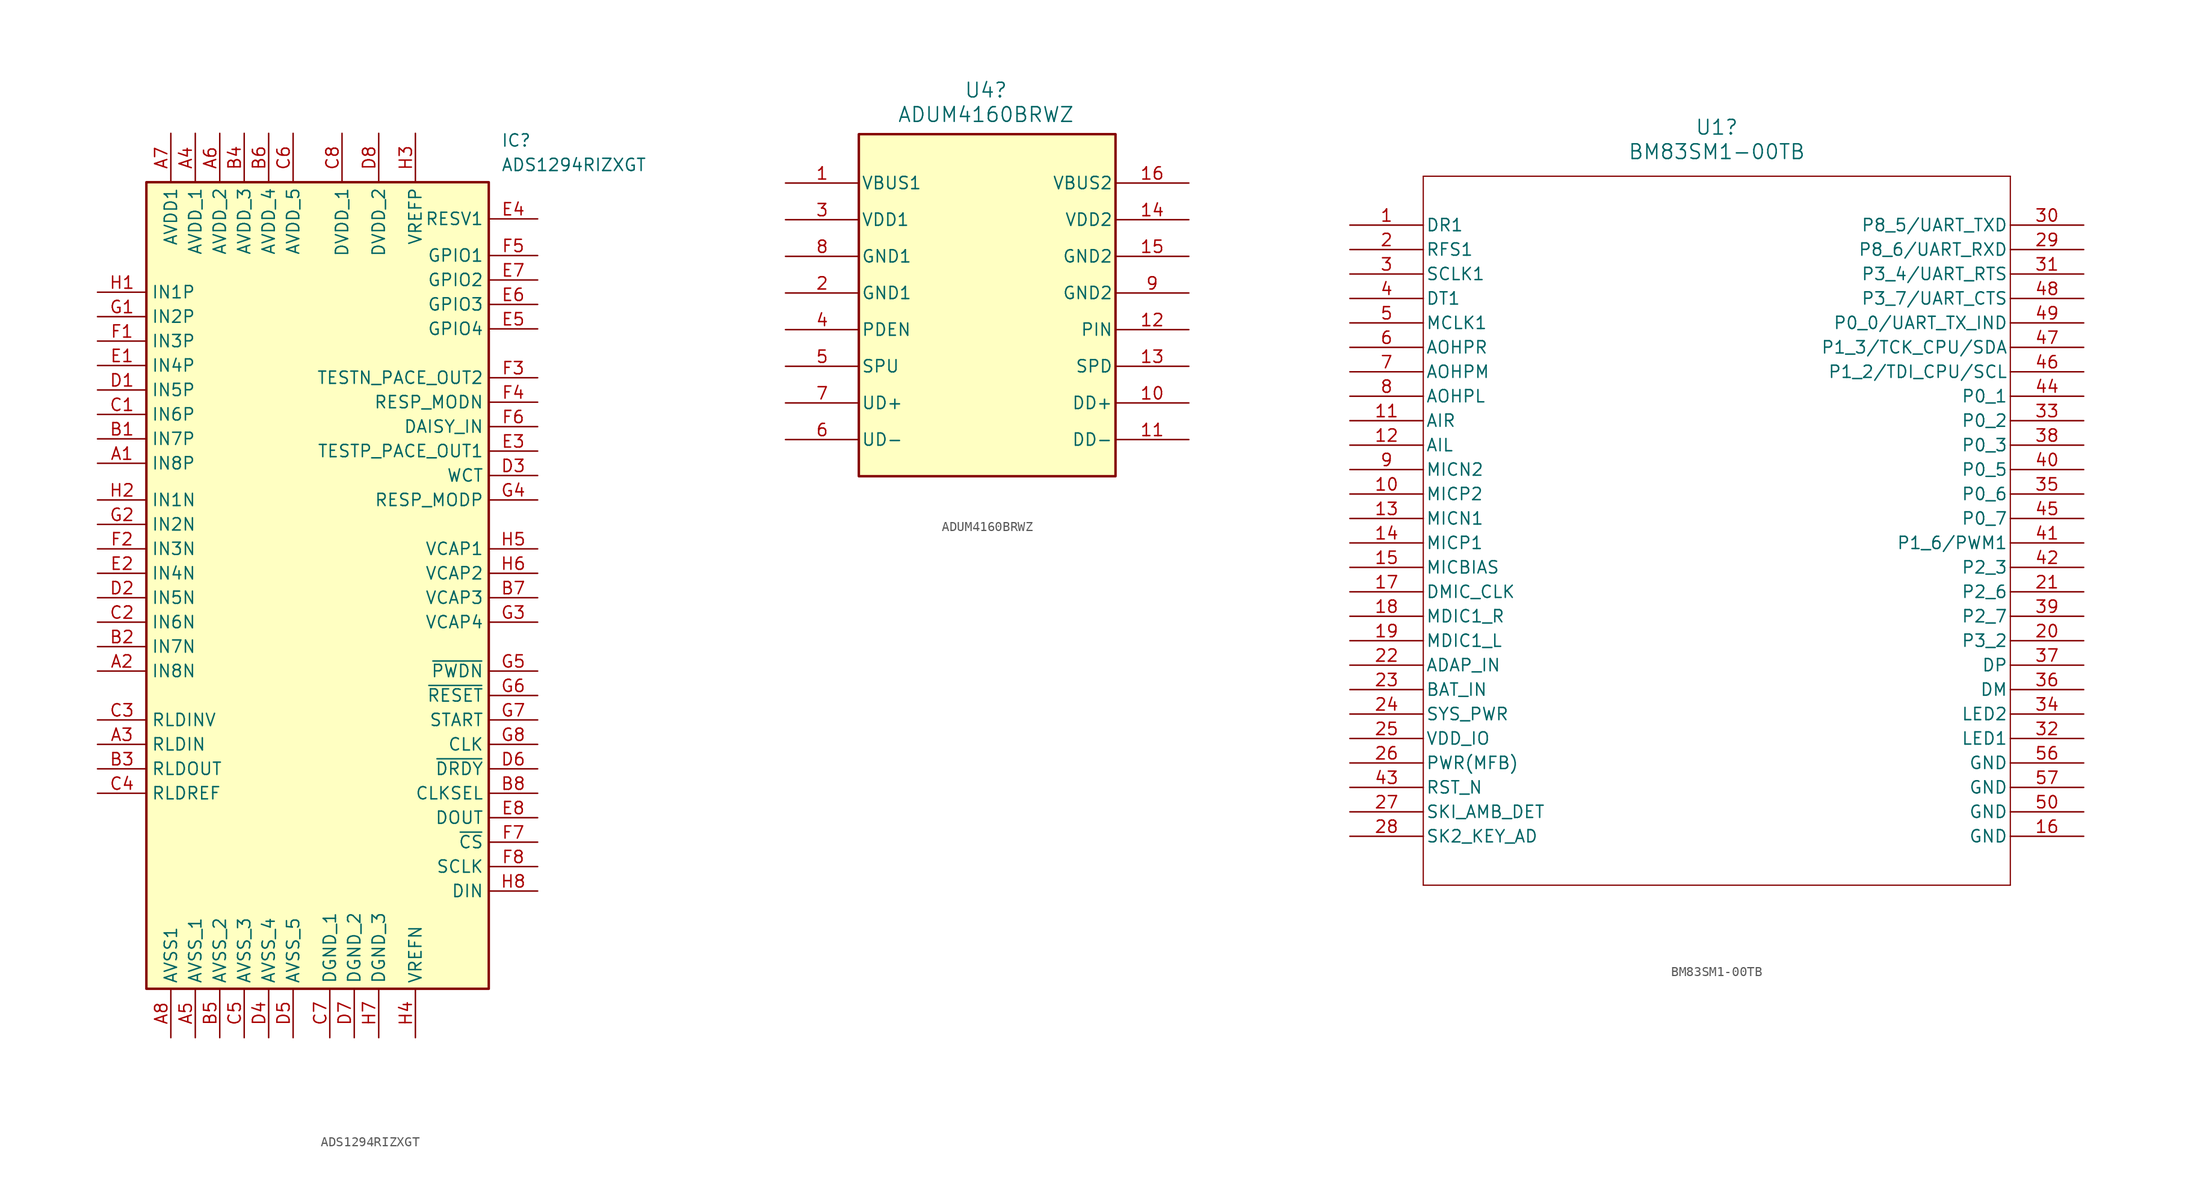
<source format=kicad_sym>
(kicad_symbol_lib
  (version 20231120)
  (generator "kicad_symbol_editor")
  (generator_version "8.0")
  (symbol "ADS1294RIZXGT"
    (property "Reference" "IC"
      (at 41.91 7.62 0)
      (effects (font (size 1.27 1.27)) (justify left top)))
    (property "Value" "ADS1294RIZXGT"
      (at 41.91 5.08 0)
      (effects (font (size 1.27 1.27)) (justify left top)))
    (symbol "ADS1294RIZXGT_1_1"
      (rectangle (start 5.08 2.54) (end 40.64 -81.28) (stroke (width 0.254) (type default)) (fill (type background)))
      (pin passive line (at 0 -26.67 0) (length 5.08) (name "IN8P" (effects (font (size 1.27 1.27)))) (number "A1" (effects (font (size 1.27 1.27)))))
      (pin passive line (at 0 -48.26 0) (length 5.08) (name "IN8N" (effects (font (size 1.27 1.27)))) (number "A2" (effects (font (size 1.27 1.27)))))
      (pin passive line (at 0 -55.88 0) (length 5.08) (name "RLDIN" (effects (font (size 1.27 1.27)))) (number "A3" (effects (font (size 1.27 1.27)))))
      (pin passive line (at 10.16 7.62 270) (length 5.08) (name "AVDD_1" (effects (font (size 1.27 1.27)))) (number "A4" (effects (font (size 1.27 1.27)))))
      (pin passive line (at 10.16 -86.36 90) (length 5.08) (name "AVSS_1" (effects (font (size 1.27 1.27)))) (number "A5" (effects (font (size 1.27 1.27)))))
      (pin passive line (at 12.7 7.62 270) (length 5.08) (name "AVDD_2" (effects (font (size 1.27 1.27)))) (number "A6" (effects (font (size 1.27 1.27)))))
      (pin passive line (at 7.62 7.62 270) (length 5.08) (name "AVDD1" (effects (font (size 1.27 1.27)))) (number "A7" (effects (font (size 1.27 1.27)))))
      (pin passive line (at 7.62 -86.36 90) (length 5.08) (name "AVSS1" (effects (font (size 1.27 1.27)))) (number "A8" (effects (font (size 1.27 1.27)))))
      (pin passive line (at 0 -24.13 0) (length 5.08) (name "IN7P" (effects (font (size 1.27 1.27)))) (number "B1" (effects (font (size 1.27 1.27)))))
      (pin passive line (at 0 -45.72 0) (length 5.08) (name "IN7N" (effects (font (size 1.27 1.27)))) (number "B2" (effects (font (size 1.27 1.27)))))
      (pin passive line (at 0 -58.42 0) (length 5.08) (name "RLDOUT" (effects (font (size 1.27 1.27)))) (number "B3" (effects (font (size 1.27 1.27)))))
      (pin passive line (at 15.24 7.62 270) (length 5.08) (name "AVDD_3" (effects (font (size 1.27 1.27)))) (number "B4" (effects (font (size 1.27 1.27)))))
      (pin passive line (at 12.7 -86.36 90) (length 5.08) (name "AVSS_2" (effects (font (size 1.27 1.27)))) (number "B5" (effects (font (size 1.27 1.27)))))
      (pin passive line (at 17.78 7.62 270) (length 5.08) (name "AVDD_4" (effects (font (size 1.27 1.27)))) (number "B6" (effects (font (size 1.27 1.27)))))
      (pin passive line (at 45.72 -40.64 180) (length 5.08) (name "VCAP3" (effects (font (size 1.27 1.27)))) (number "B7" (effects (font (size 1.27 1.27)))))
      (pin passive line (at 45.72 -60.96 180) (length 5.08) (name "CLKSEL" (effects (font (size 1.27 1.27)))) (number "B8" (effects (font (size 1.27 1.27)))))
      (pin passive line (at 0 -21.59 0) (length 5.08) (name "IN6P" (effects (font (size 1.27 1.27)))) (number "C1" (effects (font (size 1.27 1.27)))))
      (pin passive line (at 0 -43.18 0) (length 5.08) (name "IN6N" (effects (font (size 1.27 1.27)))) (number "C2" (effects (font (size 1.27 1.27)))))
      (pin passive line (at 0 -53.34 0) (length 5.08) (name "RLDINV" (effects (font (size 1.27 1.27)))) (number "C3" (effects (font (size 1.27 1.27)))))
      (pin passive line (at 0 -60.96 0) (length 5.08) (name "RLDREF" (effects (font (size 1.27 1.27)))) (number "C4" (effects (font (size 1.27 1.27)))))
      (pin passive line (at 15.24 -86.36 90) (length 5.08) (name "AVSS_3" (effects (font (size 1.27 1.27)))) (number "C5" (effects (font (size 1.27 1.27)))))
      (pin passive line (at 20.32 7.62 270) (length 5.08) (name "AVDD_5" (effects (font (size 1.27 1.27)))) (number "C6" (effects (font (size 1.27 1.27)))))
      (pin passive line (at 24.13 -86.36 90) (length 5.08) (name "DGND_1" (effects (font (size 1.27 1.27)))) (number "C7" (effects (font (size 1.27 1.27)))))
      (pin passive line (at 25.4 7.62 270) (length 5.08) (name "DVDD_1" (effects (font (size 1.27 1.27)))) (number "C8" (effects (font (size 1.27 1.27)))))
      (pin passive line (at 0 -19.05 0) (length 5.08) (name "IN5P" (effects (font (size 1.27 1.27)))) (number "D1" (effects (font (size 1.27 1.27)))))
      (pin passive line (at 0 -40.64 0) (length 5.08) (name "IN5N" (effects (font (size 1.27 1.27)))) (number "D2" (effects (font (size 1.27 1.27)))))
      (pin passive line (at 45.72 -27.94 180) (length 5.08) (name "WCT" (effects (font (size 1.27 1.27)))) (number "D3" (effects (font (size 1.27 1.27)))))
      (pin passive line (at 17.78 -86.36 90) (length 5.08) (name "AVSS_4" (effects (font (size 1.27 1.27)))) (number "D4" (effects (font (size 1.27 1.27)))))
      (pin passive line (at 20.32 -86.36 90) (length 5.08) (name "AVSS_5" (effects (font (size 1.27 1.27)))) (number "D5" (effects (font (size 1.27 1.27)))))
      (pin passive line (at 45.72 -58.42 180) (length 5.08) (name "~{DRDY}" (effects (font (size 1.27 1.27)))) (number "D6" (effects (font (size 1.27 1.27)))))
      (pin passive line (at 26.67 -86.36 90) (length 5.08) (name "DGND_2" (effects (font (size 1.27 1.27)))) (number "D7" (effects (font (size 1.27 1.27)))))
      (pin passive line (at 29.21 7.62 270) (length 5.08) (name "DVDD_2" (effects (font (size 1.27 1.27)))) (number "D8" (effects (font (size 1.27 1.27)))))
      (pin passive line (at 0 -16.51 0) (length 5.08) (name "IN4P" (effects (font (size 1.27 1.27)))) (number "E1" (effects (font (size 1.27 1.27)))))
      (pin passive line (at 0 -38.1 0) (length 5.08) (name "IN4N" (effects (font (size 1.27 1.27)))) (number "E2" (effects (font (size 1.27 1.27)))))
      (pin passive line (at 45.72 -25.4 180) (length 5.08) (name "TESTP_PACE_OUT1" (effects (font (size 1.27 1.27)))) (number "E3" (effects (font (size 1.27 1.27)))))
      (pin passive line (at 45.72 -1.27 180) (length 5.08) (name "RESV1" (effects (font (size 1.27 1.27)))) (number "E4" (effects (font (size 1.27 1.27)))))
      (pin passive line (at 45.72 -12.7 180) (length 5.08) (name "GPIO4" (effects (font (size 1.27 1.27)))) (number "E5" (effects (font (size 1.27 1.27)))))
      (pin passive line (at 45.72 -10.16 180) (length 5.08) (name "GPIO3" (effects (font (size 1.27 1.27)))) (number "E6" (effects (font (size 1.27 1.27)))))
      (pin passive line (at 45.72 -7.62 180) (length 5.08) (name "GPIO2" (effects (font (size 1.27 1.27)))) (number "E7" (effects (font (size 1.27 1.27)))))
      (pin passive line (at 45.72 -63.5 180) (length 5.08) (name "DOUT" (effects (font (size 1.27 1.27)))) (number "E8" (effects (font (size 1.27 1.27)))))
      (pin passive line (at 0 -13.97 0) (length 5.08) (name "IN3P" (effects (font (size 1.27 1.27)))) (number "F1" (effects (font (size 1.27 1.27)))))
      (pin passive line (at 0 -35.56 0) (length 5.08) (name "IN3N" (effects (font (size 1.27 1.27)))) (number "F2" (effects (font (size 1.27 1.27)))))
      (pin passive line (at 45.72 -17.78 180) (length 5.08) (name "TESTN_PACE_OUT2" (effects (font (size 1.27 1.27)))) (number "F3" (effects (font (size 1.27 1.27)))))
      (pin passive line (at 45.72 -20.32 180) (length 5.08) (name "RESP_MODN" (effects (font (size 1.27 1.27)))) (number "F4" (effects (font (size 1.27 1.27)))))
      (pin passive line (at 45.72 -5.08 180) (length 5.08) (name "GPIO1" (effects (font (size 1.27 1.27)))) (number "F5" (effects (font (size 1.27 1.27)))))
      (pin passive line (at 45.72 -22.86 180) (length 5.08) (name "DAISY_IN" (effects (font (size 1.27 1.27)))) (number "F6" (effects (font (size 1.27 1.27)))))
      (pin passive line (at 45.72 -66.04 180) (length 5.08) (name "~{CS}" (effects (font (size 1.27 1.27)))) (number "F7" (effects (font (size 1.27 1.27)))))
      (pin passive line (at 45.72 -68.58 180) (length 5.08) (name "SCLK" (effects (font (size 1.27 1.27)))) (number "F8" (effects (font (size 1.27 1.27)))))
      (pin passive line (at 0 -11.43 0) (length 5.08) (name "IN2P" (effects (font (size 1.27 1.27)))) (number "G1" (effects (font (size 1.27 1.27)))))
      (pin passive line (at 0 -33.02 0) (length 5.08) (name "IN2N" (effects (font (size 1.27 1.27)))) (number "G2" (effects (font (size 1.27 1.27)))))
      (pin passive line (at 45.72 -43.18 180) (length 5.08) (name "VCAP4" (effects (font (size 1.27 1.27)))) (number "G3" (effects (font (size 1.27 1.27)))))
      (pin passive line (at 45.72 -30.48 180) (length 5.08) (name "RESP_MODP" (effects (font (size 1.27 1.27)))) (number "G4" (effects (font (size 1.27 1.27)))))
      (pin passive line (at 45.72 -48.26 180) (length 5.08) (name "~{PWDN}" (effects (font (size 1.27 1.27)))) (number "G5" (effects (font (size 1.27 1.27)))))
      (pin passive line (at 45.72 -50.8 180) (length 5.08) (name "~{RESET}" (effects (font (size 1.27 1.27)))) (number "G6" (effects (font (size 1.27 1.27)))))
      (pin passive line (at 45.72 -53.34 180) (length 5.08) (name "START" (effects (font (size 1.27 1.27)))) (number "G7" (effects (font (size 1.27 1.27)))))
      (pin passive line (at 45.72 -55.88 180) (length 5.08) (name "CLK" (effects (font (size 1.27 1.27)))) (number "G8" (effects (font (size 1.27 1.27)))))
      (pin passive line (at 0 -8.89 0) (length 5.08) (name "IN1P" (effects (font (size 1.27 1.27)))) (number "H1" (effects (font (size 1.27 1.27)))))
      (pin passive line (at 0 -30.48 0) (length 5.08) (name "IN1N" (effects (font (size 1.27 1.27)))) (number "H2" (effects (font (size 1.27 1.27)))))
      (pin passive line (at 33.02 7.62 270) (length 5.08) (name "VREFP" (effects (font (size 1.27 1.27)))) (number "H3" (effects (font (size 1.27 1.27)))))
      (pin passive line (at 33.02 -86.36 90) (length 5.08) (name "VREFN" (effects (font (size 1.27 1.27)))) (number "H4" (effects (font (size 1.27 1.27)))))
      (pin passive line (at 45.72 -35.56 180) (length 5.08) (name "VCAP1" (effects (font (size 1.27 1.27)))) (number "H5" (effects (font (size 1.27 1.27)))))
      (pin passive line (at 45.72 -38.1 180) (length 5.08) (name "VCAP2" (effects (font (size 1.27 1.27)))) (number "H6" (effects (font (size 1.27 1.27)))))
      (pin passive line (at 29.21 -86.36 90) (length 5.08) (name "DGND_3" (effects (font (size 1.27 1.27)))) (number "H7" (effects (font (size 1.27 1.27)))))
      (pin passive line (at 45.72 -71.12 180) (length 5.08) (name "DIN" (effects (font (size 1.27 1.27)))) (number "H8" (effects (font (size 1.27 1.27)))))))
  (symbol "ADUM4160BRWZ"
    (pin_names
      (offset 0.254))
    (property "Reference" "U4"
      (at 20.828 9.652 0)
      (effects (font (size 1.524 1.524))))
    (property "Value" "ADUM4160BRWZ"
      (at 20.828 7.112 0)
      (effects (font (size 1.524 1.524))))
    (symbol "ADUM4160BRWZ_0_1"
      (pin power_in line (at 0 0 0) (length 7.62) (name "VBUS1" (effects (font (size 1.27 1.27)))) (number "1" (effects (font (size 1.27 1.27)))))
      (pin bidirectional line (at 41.91 -22.86 180) (length 7.62) (name "DD+" (effects (font (size 1.27 1.27)))) (number "10" (effects (font (size 1.27 1.27)))))
      (pin bidirectional line (at 41.91 -26.67 180) (length 7.62) (name "DD-" (effects (font (size 1.27 1.27)))) (number "11" (effects (font (size 1.27 1.27)))))
      (pin input line (at 41.91 -15.24 180) (length 7.62) (name "PIN" (effects (font (size 1.27 1.27)))) (number "12" (effects (font (size 1.27 1.27)))))
      (pin input line (at 41.91 -19.05 180) (length 7.62) (name "SPD" (effects (font (size 1.27 1.27)))) (number "13" (effects (font (size 1.27 1.27)))))
      (pin power_in line (at 41.91 -3.81 180) (length 7.62) (name "VDD2" (effects (font (size 1.27 1.27)))) (number "14" (effects (font (size 1.27 1.27)))))
      (pin power_in line (at 41.91 -7.62 180) (length 7.62) (name "GND2" (effects (font (size 1.27 1.27)))) (number "15" (effects (font (size 1.27 1.27)))))
      (pin power_in line (at 41.91 0 180) (length 7.62) (name "VBUS2" (effects (font (size 1.27 1.27)))) (number "16" (effects (font (size 1.27 1.27)))))
      (pin power_in line (at 0 -11.43 0) (length 7.62) (name "GND1" (effects (font (size 1.27 1.27)))) (number "2" (effects (font (size 1.27 1.27)))))
      (pin power_in line (at 0 -3.81 0) (length 7.62) (name "VDD1" (effects (font (size 1.27 1.27)))) (number "3" (effects (font (size 1.27 1.27)))))
      (pin input line (at 0 -15.24 0) (length 7.62) (name "PDEN" (effects (font (size 1.27 1.27)))) (number "4" (effects (font (size 1.27 1.27)))))
      (pin input line (at 0 -19.05 0) (length 7.62) (name "SPU" (effects (font (size 1.27 1.27)))) (number "5" (effects (font (size 1.27 1.27)))))
      (pin power_in line (at 0 -7.62 0) (length 7.62) (name "GND1" (effects (font (size 1.27 1.27)))) (number "8" (effects (font (size 1.27 1.27)))))
      (pin power_in line (at 41.91 -11.43 180) (length 7.62) (name "GND2" (effects (font (size 1.27 1.27)))) (number "9" (effects (font (size 1.27 1.27))))))
    (symbol "ADUM4160BRWZ_1_1"
      (rectangle (start 7.62 5.08) (end 34.29 -30.48) (stroke (width 0.254) (type default)) (fill (type background)))
      (pin bidirectional line (at 0 -26.67 0) (length 7.62) (name "UD-" (effects (font (size 1.27 1.27)))) (number "6" (effects (font (size 1.27 1.27)))))
      (pin bidirectional line (at 0 -22.86 0) (length 7.62) (name "UD+" (effects (font (size 1.27 1.27)))) (number "7" (effects (font (size 1.27 1.27)))))))
  (symbol "BM83SM1-00TB"
    (pin_names
      (offset 0.254))
    (property "Reference" "U1"
      (at 38.1 10.16 0)
      (effects (font (size 1.524 1.524))))
    (property "Value" "BM83SM1-00TB"
      (at 38.1 7.62 0)
      (effects (font (size 1.524 1.524))))
    (property "ki_locked" ""
      (at 0 0 0)
      (effects (font (size 1.27 1.27))))
    (symbol "BM83SM1-00TB_0_1"
      (polyline (pts (xy 7.62 -68.58) (xy 68.58 -68.58)) (stroke (width 0.127) (type default)) (fill (type none)))
      (polyline (pts (xy 7.62 5.08) (xy 7.62 -68.58)) (stroke (width 0.127) (type default)) (fill (type none)))
      (polyline (pts (xy 68.58 -68.58) (xy 68.58 5.08)) (stroke (width 0.127) (type default)) (fill (type none)))
      (polyline (pts (xy 68.58 5.08) (xy 7.62 5.08)) (stroke (width 0.127) (type default)) (fill (type none)))
      (pin input line (at 0 0 0) (length 7.62) (name "DR1" (effects (font (size 1.27 1.27)))) (number "1" (effects (font (size 1.27 1.27)))))
      (pin unspecified line (at 0 -27.94 0) (length 7.62) (name "MICP2" (effects (font (size 1.27 1.27)))) (number "10" (effects (font (size 1.27 1.27)))))
      (pin unspecified line (at 0 -20.32 0) (length 7.62) (name "AIR" (effects (font (size 1.27 1.27)))) (number "11" (effects (font (size 1.27 1.27)))))
      (pin unspecified line (at 0 -22.86 0) (length 7.62) (name "AIL" (effects (font (size 1.27 1.27)))) (number "12" (effects (font (size 1.27 1.27)))))
      (pin unspecified line (at 0 -30.48 0) (length 7.62) (name "MICN1" (effects (font (size 1.27 1.27)))) (number "13" (effects (font (size 1.27 1.27)))))
      (pin unspecified line (at 0 -33.02 0) (length 7.62) (name "MICP1" (effects (font (size 1.27 1.27)))) (number "14" (effects (font (size 1.27 1.27)))))
      (pin power_in line (at 0 -35.56 0) (length 7.62) (name "MICBIAS" (effects (font (size 1.27 1.27)))) (number "15" (effects (font (size 1.27 1.27)))))
      (pin power_out line (at 76.2 -63.5 180) (length 7.62) (name "GND" (effects (font (size 1.27 1.27)))) (number "16" (effects (font (size 1.27 1.27)))))
      (pin output line (at 0 -38.1 0) (length 7.62) (name "DMIC_CLK" (effects (font (size 1.27 1.27)))) (number "17" (effects (font (size 1.27 1.27)))))
      (pin input line (at 0 -40.64 0) (length 7.62) (name "MDIC1_R" (effects (font (size 1.27 1.27)))) (number "18" (effects (font (size 1.27 1.27)))))
      (pin input line (at 0 -43.18 0) (length 7.62) (name "MDIC1_L" (effects (font (size 1.27 1.27)))) (number "19" (effects (font (size 1.27 1.27)))))
      (pin bidirectional line (at 0 -2.54 0) (length 7.62) (name "RFS1" (effects (font (size 1.27 1.27)))) (number "2" (effects (font (size 1.27 1.27)))))
      (pin bidirectional line (at 76.2 -43.18 180) (length 7.62) (name "P3_2" (effects (font (size 1.27 1.27)))) (number "20" (effects (font (size 1.27 1.27)))))
      (pin bidirectional line (at 76.2 -38.1 180) (length 7.62) (name "P2_6" (effects (font (size 1.27 1.27)))) (number "21" (effects (font (size 1.27 1.27)))))
      (pin power_in line (at 0 -45.72 0) (length 7.62) (name "ADAP_IN" (effects (font (size 1.27 1.27)))) (number "22" (effects (font (size 1.27 1.27)))))
      (pin power_in line (at 0 -48.26 0) (length 7.62) (name "BAT_IN" (effects (font (size 1.27 1.27)))) (number "23" (effects (font (size 1.27 1.27)))))
      (pin power_in line (at 0 -50.8 0) (length 7.62) (name "SYS_PWR" (effects (font (size 1.27 1.27)))) (number "24" (effects (font (size 1.27 1.27)))))
      (pin power_in line (at 0 -53.34 0) (length 7.62) (name "VDD_IO" (effects (font (size 1.27 1.27)))) (number "25" (effects (font (size 1.27 1.27)))))
      (pin input line (at 0 -55.88 0) (length 7.62) (name "PWR(MFB)" (effects (font (size 1.27 1.27)))) (number "26" (effects (font (size 1.27 1.27)))))
      (pin input line (at 0 -60.96 0) (length 7.62) (name "SKI_AMB_DET" (effects (font (size 1.27 1.27)))) (number "27" (effects (font (size 1.27 1.27)))))
      (pin input line (at 0 -63.5 0) (length 7.62) (name "SK2_KEY_AD" (effects (font (size 1.27 1.27)))) (number "28" (effects (font (size 1.27 1.27)))))
      (pin bidirectional line (at 76.2 -2.54 180) (length 7.62) (name "P8_6/UART_RXD" (effects (font (size 1.27 1.27)))) (number "29" (effects (font (size 1.27 1.27)))))
      (pin bidirectional line (at 0 -5.08 0) (length 7.62) (name "SCLK1" (effects (font (size 1.27 1.27)))) (number "3" (effects (font (size 1.27 1.27)))))
      (pin bidirectional line (at 76.2 0 180) (length 7.62) (name "P8_5/UART_TXD" (effects (font (size 1.27 1.27)))) (number "30" (effects (font (size 1.27 1.27)))))
      (pin bidirectional line (at 76.2 -5.08 180) (length 7.62) (name "P3_4/UART_RTS" (effects (font (size 1.27 1.27)))) (number "31" (effects (font (size 1.27 1.27)))))
      (pin input line (at 76.2 -53.34 180) (length 7.62) (name "LED1" (effects (font (size 1.27 1.27)))) (number "32" (effects (font (size 1.27 1.27)))))
      (pin bidirectional line (at 76.2 -20.32 180) (length 7.62) (name "P0_2" (effects (font (size 1.27 1.27)))) (number "33" (effects (font (size 1.27 1.27)))))
      (pin input line (at 76.2 -50.8 180) (length 7.62) (name "LED2" (effects (font (size 1.27 1.27)))) (number "34" (effects (font (size 1.27 1.27)))))
      (pin bidirectional line (at 76.2 -27.94 180) (length 7.62) (name "P0_6" (effects (font (size 1.27 1.27)))) (number "35" (effects (font (size 1.27 1.27)))))
      (pin bidirectional line (at 76.2 -48.26 180) (length 7.62) (name "DM" (effects (font (size 1.27 1.27)))) (number "36" (effects (font (size 1.27 1.27)))))
      (pin bidirectional line (at 76.2 -45.72 180) (length 7.62) (name "DP" (effects (font (size 1.27 1.27)))) (number "37" (effects (font (size 1.27 1.27)))))
      (pin bidirectional line (at 76.2 -22.86 180) (length 7.62) (name "P0_3" (effects (font (size 1.27 1.27)))) (number "38" (effects (font (size 1.27 1.27)))))
      (pin bidirectional line (at 76.2 -40.64 180) (length 7.62) (name "P2_7" (effects (font (size 1.27 1.27)))) (number "39" (effects (font (size 1.27 1.27)))))
      (pin output line (at 0 -7.62 0) (length 7.62) (name "DT1" (effects (font (size 1.27 1.27)))) (number "4" (effects (font (size 1.27 1.27)))))
      (pin bidirectional line (at 76.2 -25.4 180) (length 7.62) (name "P0_5" (effects (font (size 1.27 1.27)))) (number "40" (effects (font (size 1.27 1.27)))))
      (pin bidirectional line (at 76.2 -33.02 180) (length 7.62) (name "P1_6/PWM1" (effects (font (size 1.27 1.27)))) (number "41" (effects (font (size 1.27 1.27)))))
      (pin bidirectional line (at 76.2 -35.56 180) (length 7.62) (name "P2_3" (effects (font (size 1.27 1.27)))) (number "42" (effects (font (size 1.27 1.27)))))
      (pin input line (at 0 -58.42 0) (length 7.62) (name "RST_N" (effects (font (size 1.27 1.27)))) (number "43" (effects (font (size 1.27 1.27)))))
      (pin bidirectional line (at 76.2 -17.78 180) (length 7.62) (name "P0_1" (effects (font (size 1.27 1.27)))) (number "44" (effects (font (size 1.27 1.27)))))
      (pin bidirectional line (at 76.2 -30.48 180) (length 7.62) (name "P0_7" (effects (font (size 1.27 1.27)))) (number "45" (effects (font (size 1.27 1.27)))))
      (pin bidirectional line (at 76.2 -15.24 180) (length 7.62) (name "P1_2/TDI_CPU/SCL" (effects (font (size 1.27 1.27)))) (number "46" (effects (font (size 1.27 1.27)))))
      (pin bidirectional line (at 76.2 -12.7 180) (length 7.62) (name "P1_3/TCK_CPU/SDA" (effects (font (size 1.27 1.27)))) (number "47" (effects (font (size 1.27 1.27)))))
      (pin bidirectional line (at 76.2 -7.62 180) (length 7.62) (name "P3_7/UART_CTS" (effects (font (size 1.27 1.27)))) (number "48" (effects (font (size 1.27 1.27)))))
      (pin bidirectional line (at 76.2 -10.16 180) (length 7.62) (name "P0_0/UART_TX_IND" (effects (font (size 1.27 1.27)))) (number "49" (effects (font (size 1.27 1.27)))))
      (pin output line (at 0 -10.16 0) (length 7.62) (name "MCLK1" (effects (font (size 1.27 1.27)))) (number "5" (effects (font (size 1.27 1.27)))))
      (pin power_out line (at 76.2 -60.96 180) (length 7.62) (name "GND" (effects (font (size 1.27 1.27)))) (number "50" (effects (font (size 1.27 1.27)))))
      (pin power_out line (at 76.2 -55.88 180) (length 7.62) (name "GND" (effects (font (size 1.27 1.27)))) (number "56" (effects (font (size 1.27 1.27)))))
      (pin power_out line (at 76.2 -58.42 180) (length 7.62) (name "GND" (effects (font (size 1.27 1.27)))) (number "57" (effects (font (size 1.27 1.27)))))
      (pin unspecified line (at 0 -12.7 0) (length 7.62) (name "AOHPR" (effects (font (size 1.27 1.27)))) (number "6" (effects (font (size 1.27 1.27)))))
      (pin output line (at 0 -15.24 0) (length 7.62) (name "AOHPM" (effects (font (size 1.27 1.27)))) (number "7" (effects (font (size 1.27 1.27)))))
      (pin unspecified line (at 0 -17.78 0) (length 7.62) (name "AOHPL" (effects (font (size 1.27 1.27)))) (number "8" (effects (font (size 1.27 1.27)))))
      (pin unspecified line (at 0 -25.4 0) (length 7.62) (name "MICN2" (effects (font (size 1.27 1.27)))) (number "9" (effects (font (size 1.27 1.27))))))))
</source>
